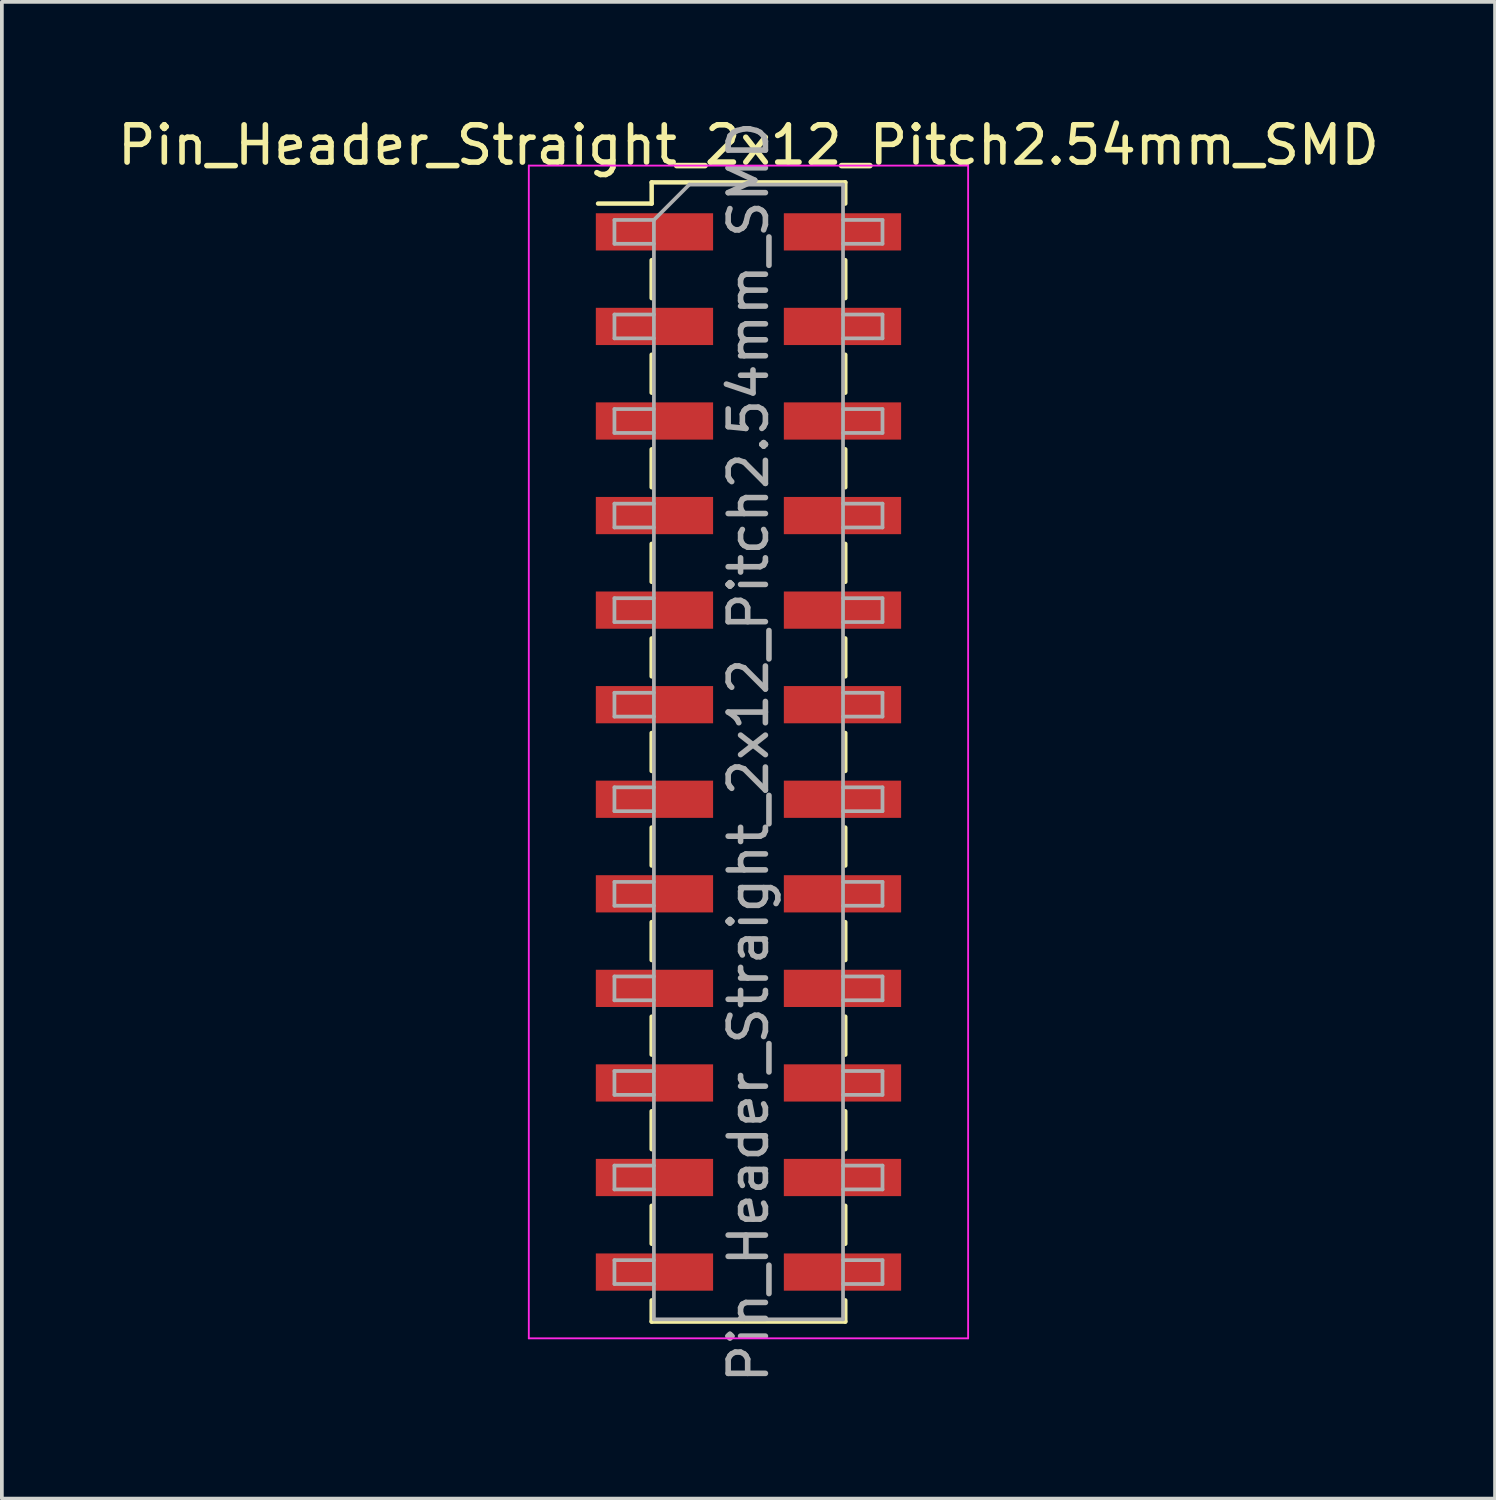
<source format=kicad_pcb>
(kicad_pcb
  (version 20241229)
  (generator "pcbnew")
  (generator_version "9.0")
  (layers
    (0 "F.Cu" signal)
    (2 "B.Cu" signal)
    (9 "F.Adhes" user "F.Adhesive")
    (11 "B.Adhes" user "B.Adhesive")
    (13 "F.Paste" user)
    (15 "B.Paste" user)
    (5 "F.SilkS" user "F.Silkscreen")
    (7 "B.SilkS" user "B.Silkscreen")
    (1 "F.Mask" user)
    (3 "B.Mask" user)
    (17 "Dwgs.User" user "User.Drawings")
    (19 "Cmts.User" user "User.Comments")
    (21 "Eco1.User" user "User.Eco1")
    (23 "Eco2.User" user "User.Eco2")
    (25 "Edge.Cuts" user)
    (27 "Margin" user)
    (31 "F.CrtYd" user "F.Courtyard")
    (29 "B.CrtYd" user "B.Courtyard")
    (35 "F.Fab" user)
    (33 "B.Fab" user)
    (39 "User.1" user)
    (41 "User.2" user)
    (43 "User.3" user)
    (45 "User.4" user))
  (footprint "Pin_Header_Straight_2x12_Pitch2.54mm_SMD"
    (layer "F.Cu")
    (at 17.054 17.148)
    (property "Reference" "Pin_Header_Straight_2x12_Pitch2.54mm_SMD" (at 0 -16.3 0) (layer "F.SilkS") (effects (font (size 1 1) (thickness 0.15))))
    (attr smd)
    (fp_line (start -4.04 -14.73) (end -2.6 -14.73) (stroke (width 0.12) (type solid)) (layer "F.SilkS"))
    (fp_line (start -2.6 -15.3) (end -2.6 -14.73) (stroke (width 0.12) (type solid)) (layer "F.SilkS"))
    (fp_line (start -2.6 -15.3) (end 2.6 -15.3) (stroke (width 0.12) (type solid)) (layer "F.SilkS"))
    (fp_line (start -2.6 -13.21) (end -2.6 -12.19) (stroke (width 0.12) (type solid)) (layer "F.SilkS"))
    (fp_line (start -2.6 -10.67) (end -2.6 -9.65) (stroke (width 0.12) (type solid)) (layer "F.SilkS"))
    (fp_line (start -2.6 -8.13) (end -2.6 -7.11) (stroke (width 0.12) (type solid)) (layer "F.SilkS"))
    (fp_line (start -2.6 -5.59) (end -2.6 -4.57) (stroke (width 0.12) (type solid)) (layer "F.SilkS"))
    (fp_line (start -2.6 -3.05) (end -2.6 -2.03) (stroke (width 0.12) (type solid)) (layer "F.SilkS"))
    (fp_line (start -2.6 -0.51) (end -2.6 0.51) (stroke (width 0.12) (type solid)) (layer "F.SilkS"))
    (fp_line (start -2.6 2.03) (end -2.6 3.05) (stroke (width 0.12) (type solid)) (layer "F.SilkS"))
    (fp_line (start -2.6 4.57) (end -2.6 5.59) (stroke (width 0.12) (type solid)) (layer "F.SilkS"))
    (fp_line (start -2.6 7.11) (end -2.6 8.13) (stroke (width 0.12) (type solid)) (layer "F.SilkS"))
    (fp_line (start -2.6 9.65) (end -2.6 10.67) (stroke (width 0.12) (type solid)) (layer "F.SilkS"))
    (fp_line (start -2.6 12.19) (end -2.6 13.21) (stroke (width 0.12) (type solid)) (layer "F.SilkS"))
    (fp_line (start -2.6 14.73) (end -2.6 15.3) (stroke (width 0.12) (type solid)) (layer "F.SilkS"))
    (fp_line (start -2.6 15.3) (end 2.6 15.3) (stroke (width 0.12) (type solid)) (layer "F.SilkS"))
    (fp_line (start 2.6 -15.3) (end 2.6 -14.73) (stroke (width 0.12) (type solid)) (layer "F.SilkS"))
    (fp_line (start 2.6 -13.21) (end 2.6 -12.19) (stroke (width 0.12) (type solid)) (layer "F.SilkS"))
    (fp_line (start 2.6 -10.67) (end 2.6 -9.65) (stroke (width 0.12) (type solid)) (layer "F.SilkS"))
    (fp_line (start 2.6 -8.13) (end 2.6 -7.11) (stroke (width 0.12) (type solid)) (layer "F.SilkS"))
    (fp_line (start 2.6 -5.59) (end 2.6 -4.57) (stroke (width 0.12) (type solid)) (layer "F.SilkS"))
    (fp_line (start 2.6 -3.05) (end 2.6 -2.03) (stroke (width 0.12) (type solid)) (layer "F.SilkS"))
    (fp_line (start 2.6 -0.51) (end 2.6 0.51) (stroke (width 0.12) (type solid)) (layer "F.SilkS"))
    (fp_line (start 2.6 2.03) (end 2.6 3.05) (stroke (width 0.12) (type solid)) (layer "F.SilkS"))
    (fp_line (start 2.6 4.57) (end 2.6 5.59) (stroke (width 0.12) (type solid)) (layer "F.SilkS"))
    (fp_line (start 2.6 7.11) (end 2.6 8.13) (stroke (width 0.12) (type solid)) (layer "F.SilkS"))
    (fp_line (start 2.6 9.65) (end 2.6 10.67) (stroke (width 0.12) (type solid)) (layer "F.SilkS"))
    (fp_line (start 2.6 12.19) (end 2.6 13.21) (stroke (width 0.12) (type solid)) (layer "F.SilkS"))
    (fp_line (start 2.6 14.73) (end 2.6 15.3) (stroke (width 0.12) (type solid)) (layer "F.SilkS"))
    (fp_line (start -5.9 -15.75) (end -5.9 15.75) (stroke (width 0.05) (type solid)) (layer "F.CrtYd"))
    (fp_line (start -5.9 15.75) (end 5.9 15.75) (stroke (width 0.05) (type solid)) (layer "F.CrtYd"))
    (fp_line (start 5.9 -15.75) (end -5.9 -15.75) (stroke (width 0.05) (type solid)) (layer "F.CrtYd"))
    (fp_line (start 5.9 15.75) (end 5.9 -15.75) (stroke (width 0.05) (type solid)) (layer "F.CrtYd"))
    (fp_line (start -3.6 -14.29) (end -3.6 -13.65) (stroke (width 0.1) (type solid)) (layer "F.Fab"))
    (fp_line (start -3.6 -13.65) (end -2.54 -13.65) (stroke (width 0.1) (type solid)) (layer "F.Fab"))
    (fp_line (start -3.6 -11.75) (end -3.6 -11.11) (stroke (width 0.1) (type solid)) (layer "F.Fab"))
    (fp_line (start -3.6 -11.11) (end -2.54 -11.11) (stroke (width 0.1) (type solid)) (layer "F.Fab"))
    (fp_line (start -3.6 -9.21) (end -3.6 -8.57) (stroke (width 0.1) (type solid)) (layer "F.Fab"))
    (fp_line (start -3.6 -8.57) (end -2.54 -8.57) (stroke (width 0.1) (type solid)) (layer "F.Fab"))
    (fp_line (start -3.6 -6.67) (end -3.6 -6.03) (stroke (width 0.1) (type solid)) (layer "F.Fab"))
    (fp_line (start -3.6 -6.03) (end -2.54 -6.03) (stroke (width 0.1) (type solid)) (layer "F.Fab"))
    (fp_line (start -3.6 -4.13) (end -3.6 -3.49) (stroke (width 0.1) (type solid)) (layer "F.Fab"))
    (fp_line (start -3.6 -3.49) (end -2.54 -3.49) (stroke (width 0.1) (type solid)) (layer "F.Fab"))
    (fp_line (start -3.6 -1.59) (end -3.6 -0.95) (stroke (width 0.1) (type solid)) (layer "F.Fab"))
    (fp_line (start -3.6 -0.95) (end -2.54 -0.95) (stroke (width 0.1) (type solid)) (layer "F.Fab"))
    (fp_line (start -3.6 0.95) (end -3.6 1.59) (stroke (width 0.1) (type solid)) (layer "F.Fab"))
    (fp_line (start -3.6 1.59) (end -2.54 1.59) (stroke (width 0.1) (type solid)) (layer "F.Fab"))
    (fp_line (start -3.6 3.49) (end -3.6 4.13) (stroke (width 0.1) (type solid)) (layer "F.Fab"))
    (fp_line (start -3.6 4.13) (end -2.54 4.13) (stroke (width 0.1) (type solid)) (layer "F.Fab"))
    (fp_line (start -3.6 6.03) (end -3.6 6.67) (stroke (width 0.1) (type solid)) (layer "F.Fab"))
    (fp_line (start -3.6 6.67) (end -2.54 6.67) (stroke (width 0.1) (type solid)) (layer "F.Fab"))
    (fp_line (start -3.6 8.57) (end -3.6 9.21) (stroke (width 0.1) (type solid)) (layer "F.Fab"))
    (fp_line (start -3.6 9.21) (end -2.54 9.21) (stroke (width 0.1) (type solid)) (layer "F.Fab"))
    (fp_line (start -3.6 11.11) (end -3.6 11.75) (stroke (width 0.1) (type solid)) (layer "F.Fab"))
    (fp_line (start -3.6 11.75) (end -2.54 11.75) (stroke (width 0.1) (type solid)) (layer "F.Fab"))
    (fp_line (start -3.6 13.65) (end -3.6 14.29) (stroke (width 0.1) (type solid)) (layer "F.Fab"))
    (fp_line (start -3.6 14.29) (end -2.54 14.29) (stroke (width 0.1) (type solid)) (layer "F.Fab"))
    (fp_line (start -2.54 -14.29) (end -3.6 -14.29) (stroke (width 0.1) (type solid)) (layer "F.Fab"))
    (fp_line (start -2.54 -14.29) (end -1.59 -15.24) (stroke (width 0.1) (type solid)) (layer "F.Fab"))
    (fp_line (start -2.54 -11.75) (end -3.6 -11.75) (stroke (width 0.1) (type solid)) (layer "F.Fab"))
    (fp_line (start -2.54 -9.21) (end -3.6 -9.21) (stroke (width 0.1) (type solid)) (layer "F.Fab"))
    (fp_line (start -2.54 -6.67) (end -3.6 -6.67) (stroke (width 0.1) (type solid)) (layer "F.Fab"))
    (fp_line (start -2.54 -4.13) (end -3.6 -4.13) (stroke (width 0.1) (type solid)) (layer "F.Fab"))
    (fp_line (start -2.54 -1.59) (end -3.6 -1.59) (stroke (width 0.1) (type solid)) (layer "F.Fab"))
    (fp_line (start -2.54 0.95) (end -3.6 0.95) (stroke (width 0.1) (type solid)) (layer "F.Fab"))
    (fp_line (start -2.54 3.49) (end -3.6 3.49) (stroke (width 0.1) (type solid)) (layer "F.Fab"))
    (fp_line (start -2.54 6.03) (end -3.6 6.03) (stroke (width 0.1) (type solid)) (layer "F.Fab"))
    (fp_line (start -2.54 8.57) (end -3.6 8.57) (stroke (width 0.1) (type solid)) (layer "F.Fab"))
    (fp_line (start -2.54 11.11) (end -3.6 11.11) (stroke (width 0.1) (type solid)) (layer "F.Fab"))
    (fp_line (start -2.54 13.65) (end -3.6 13.65) (stroke (width 0.1) (type solid)) (layer "F.Fab"))
    (fp_line (start -2.54 15.24) (end -2.54 -14.29) (stroke (width 0.1) (type solid)) (layer "F.Fab"))
    (fp_line (start -1.59 -15.24) (end 2.54 -15.24) (stroke (width 0.1) (type solid)) (layer "F.Fab"))
    (fp_line (start 2.54 -15.24) (end 2.54 15.24) (stroke (width 0.1) (type solid)) (layer "F.Fab"))
    (fp_line (start 2.54 -14.29) (end 3.6 -14.29) (stroke (width 0.1) (type solid)) (layer "F.Fab"))
    (fp_line (start 2.54 -11.75) (end 3.6 -11.75) (stroke (width 0.1) (type solid)) (layer "F.Fab"))
    (fp_line (start 2.54 -9.21) (end 3.6 -9.21) (stroke (width 0.1) (type solid)) (layer "F.Fab"))
    (fp_line (start 2.54 -6.67) (end 3.6 -6.67) (stroke (width 0.1) (type solid)) (layer "F.Fab"))
    (fp_line (start 2.54 -4.13) (end 3.6 -4.13) (stroke (width 0.1) (type solid)) (layer "F.Fab"))
    (fp_line (start 2.54 -1.59) (end 3.6 -1.59) (stroke (width 0.1) (type solid)) (layer "F.Fab"))
    (fp_line (start 2.54 0.95) (end 3.6 0.95) (stroke (width 0.1) (type solid)) (layer "F.Fab"))
    (fp_line (start 2.54 3.49) (end 3.6 3.49) (stroke (width 0.1) (type solid)) (layer "F.Fab"))
    (fp_line (start 2.54 6.03) (end 3.6 6.03) (stroke (width 0.1) (type solid)) (layer "F.Fab"))
    (fp_line (start 2.54 8.57) (end 3.6 8.57) (stroke (width 0.1) (type solid)) (layer "F.Fab"))
    (fp_line (start 2.54 11.11) (end 3.6 11.11) (stroke (width 0.1) (type solid)) (layer "F.Fab"))
    (fp_line (start 2.54 13.65) (end 3.6 13.65) (stroke (width 0.1) (type solid)) (layer "F.Fab"))
    (fp_line (start 2.54 15.24) (end -2.54 15.24) (stroke (width 0.1) (type solid)) (layer "F.Fab"))
    (fp_line (start 3.6 -14.29) (end 3.6 -13.65) (stroke (width 0.1) (type solid)) (layer "F.Fab"))
    (fp_line (start 3.6 -13.65) (end 2.54 -13.65) (stroke (width 0.1) (type solid)) (layer "F.Fab"))
    (fp_line (start 3.6 -11.75) (end 3.6 -11.11) (stroke (width 0.1) (type solid)) (layer "F.Fab"))
    (fp_line (start 3.6 -11.11) (end 2.54 -11.11) (stroke (width 0.1) (type solid)) (layer "F.Fab"))
    (fp_line (start 3.6 -9.21) (end 3.6 -8.57) (stroke (width 0.1) (type solid)) (layer "F.Fab"))
    (fp_line (start 3.6 -8.57) (end 2.54 -8.57) (stroke (width 0.1) (type solid)) (layer "F.Fab"))
    (fp_line (start 3.6 -6.67) (end 3.6 -6.03) (stroke (width 0.1) (type solid)) (layer "F.Fab"))
    (fp_line (start 3.6 -6.03) (end 2.54 -6.03) (stroke (width 0.1) (type solid)) (layer "F.Fab"))
    (fp_line (start 3.6 -4.13) (end 3.6 -3.49) (stroke (width 0.1) (type solid)) (layer "F.Fab"))
    (fp_line (start 3.6 -3.49) (end 2.54 -3.49) (stroke (width 0.1) (type solid)) (layer "F.Fab"))
    (fp_line (start 3.6 -1.59) (end 3.6 -0.95) (stroke (width 0.1) (type solid)) (layer "F.Fab"))
    (fp_line (start 3.6 -0.95) (end 2.54 -0.95) (stroke (width 0.1) (type solid)) (layer "F.Fab"))
    (fp_line (start 3.6 0.95) (end 3.6 1.59) (stroke (width 0.1) (type solid)) (layer "F.Fab"))
    (fp_line (start 3.6 1.59) (end 2.54 1.59) (stroke (width 0.1) (type solid)) (layer "F.Fab"))
    (fp_line (start 3.6 3.49) (end 3.6 4.13) (stroke (width 0.1) (type solid)) (layer "F.Fab"))
    (fp_line (start 3.6 4.13) (end 2.54 4.13) (stroke (width 0.1) (type solid)) (layer "F.Fab"))
    (fp_line (start 3.6 6.03) (end 3.6 6.67) (stroke (width 0.1) (type solid)) (layer "F.Fab"))
    (fp_line (start 3.6 6.67) (end 2.54 6.67) (stroke (width 0.1) (type solid)) (layer "F.Fab"))
    (fp_line (start 3.6 8.57) (end 3.6 9.21) (stroke (width 0.1) (type solid)) (layer "F.Fab"))
    (fp_line (start 3.6 9.21) (end 2.54 9.21) (stroke (width 0.1) (type solid)) (layer "F.Fab"))
    (fp_line (start 3.6 11.11) (end 3.6 11.75) (stroke (width 0.1) (type solid)) (layer "F.Fab"))
    (fp_line (start 3.6 11.75) (end 2.54 11.75) (stroke (width 0.1) (type solid)) (layer "F.Fab"))
    (fp_line (start 3.6 13.65) (end 3.6 14.29) (stroke (width 0.1) (type solid)) (layer "F.Fab"))
    (fp_line (start 3.6 14.29) (end 2.54 14.29) (stroke (width 0.1) (type solid)) (layer "F.Fab"))
    (fp_text user "${REFERENCE}" (at 0 0 90) (layer "F.Fab") (effects (font (size 1 1) (thickness 0.15))))
    (pad "1" smd rect (at -2.525 -13.97) (size 3.15 1) (layers "F.Cu" "F.Mask" "F.Paste"))
    (pad "2" smd rect (at 2.525 -13.97) (size 3.15 1) (layers "F.Cu" "F.Mask" "F.Paste"))
    (pad "3" smd rect (at -2.525 -11.43) (size 3.15 1) (layers "F.Cu" "F.Mask" "F.Paste"))
    (pad "4" smd rect (at 2.525 -11.43) (size 3.15 1) (layers "F.Cu" "F.Mask" "F.Paste"))
    (pad "5" smd rect (at -2.525 -8.89) (size 3.15 1) (layers "F.Cu" "F.Mask" "F.Paste"))
    (pad "6" smd rect (at 2.525 -8.89) (size 3.15 1) (layers "F.Cu" "F.Mask" "F.Paste"))
    (pad "7" smd rect (at -2.525 -6.35) (size 3.15 1) (layers "F.Cu" "F.Mask" "F.Paste"))
    (pad "8" smd rect (at 2.525 -6.35) (size 3.15 1) (layers "F.Cu" "F.Mask" "F.Paste"))
    (pad "9" smd rect (at -2.525 -3.81) (size 3.15 1) (layers "F.Cu" "F.Mask" "F.Paste"))
    (pad "10" smd rect (at 2.525 -3.81) (size 3.15 1) (layers "F.Cu" "F.Mask" "F.Paste"))
    (pad "11" smd rect (at -2.525 -1.27) (size 3.15 1) (layers "F.Cu" "F.Mask" "F.Paste"))
    (pad "12" smd rect (at 2.525 -1.27) (size 3.15 1) (layers "F.Cu" "F.Mask" "F.Paste"))
    (pad "13" smd rect (at -2.525 1.27) (size 3.15 1) (layers "F.Cu" "F.Mask" "F.Paste"))
    (pad "14" smd rect (at 2.525 1.27) (size 3.15 1) (layers "F.Cu" "F.Mask" "F.Paste"))
    (pad "15" smd rect (at -2.525 3.81) (size 3.15 1) (layers "F.Cu" "F.Mask" "F.Paste"))
    (pad "16" smd rect (at 2.525 3.81) (size 3.15 1) (layers "F.Cu" "F.Mask" "F.Paste"))
    (pad "17" smd rect (at -2.525 6.35) (size 3.15 1) (layers "F.Cu" "F.Mask" "F.Paste"))
    (pad "18" smd rect (at 2.525 6.35) (size 3.15 1) (layers "F.Cu" "F.Mask" "F.Paste"))
    (pad "19" smd rect (at -2.525 8.89) (size 3.15 1) (layers "F.Cu" "F.Mask" "F.Paste"))
    (pad "20" smd rect (at 2.525 8.89) (size 3.15 1) (layers "F.Cu" "F.Mask" "F.Paste"))
    (pad "21" smd rect (at -2.525 11.43) (size 3.15 1) (layers "F.Cu" "F.Mask" "F.Paste"))
    (pad "22" smd rect (at 2.525 11.43) (size 3.15 1) (layers "F.Cu" "F.Mask" "F.Paste"))
    (pad "23" smd rect (at -2.525 13.97) (size 3.15 1) (layers "F.Cu" "F.Mask" "F.Paste"))
    (pad "24" smd rect (at 2.525 13.97) (size 3.15 1) (layers "F.Cu" "F.Mask" "F.Paste")))
  (gr_rect
    (start -3 -3)
    (end 37.107 37.202)
    (stroke (width 0.1) (type default))
    (fill no)
    (layer "Edge.Cuts")))
</source>
